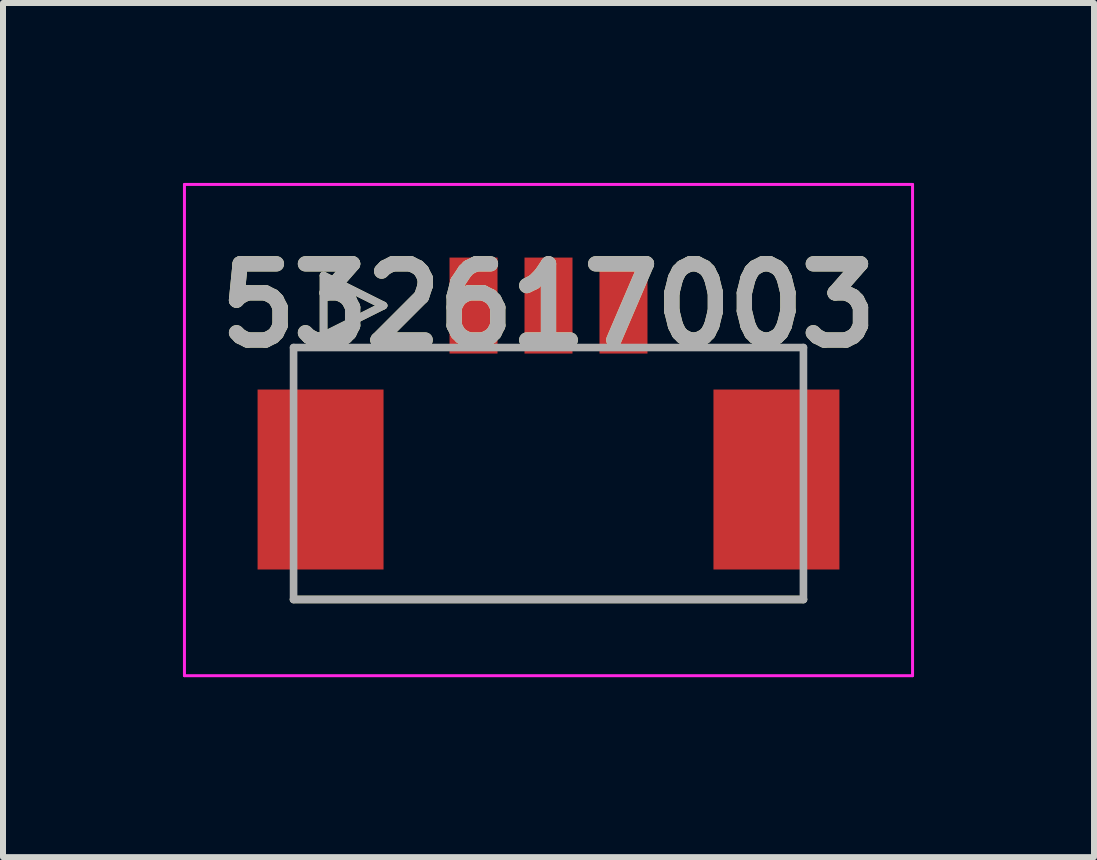
<source format=kicad_pcb>
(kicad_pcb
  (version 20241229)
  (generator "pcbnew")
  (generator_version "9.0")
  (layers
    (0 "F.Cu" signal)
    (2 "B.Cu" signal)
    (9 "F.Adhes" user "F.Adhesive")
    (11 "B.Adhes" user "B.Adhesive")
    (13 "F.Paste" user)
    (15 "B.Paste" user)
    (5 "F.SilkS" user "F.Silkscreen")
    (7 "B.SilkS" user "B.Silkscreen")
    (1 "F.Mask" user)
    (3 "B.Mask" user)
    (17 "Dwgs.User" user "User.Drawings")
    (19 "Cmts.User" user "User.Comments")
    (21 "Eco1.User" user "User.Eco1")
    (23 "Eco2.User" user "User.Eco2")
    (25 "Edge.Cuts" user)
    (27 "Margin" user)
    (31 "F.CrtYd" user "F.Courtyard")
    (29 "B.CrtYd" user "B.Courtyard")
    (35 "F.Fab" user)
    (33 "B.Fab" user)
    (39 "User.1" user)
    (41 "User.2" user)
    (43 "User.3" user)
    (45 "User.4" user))
  (footprint "532617003"
    (layer "F.Cu")
    (at 6.094 2.044)
    (property "Reference" "532617003" (at 0 0 0) (layer "F.SilkS") (effects (font (size 1.27 1.27) (thickness 0.254))))
    (attr smd)
    (fp_line (start -3.75 -0.5) (end -2.75 0) (stroke (width 0.127) (type solid)) (layer "F.SilkS"))
    (fp_line (start -3.75 0.5) (end -3.75 -0.5) (stroke (width 0.127) (type solid)) (layer "F.SilkS"))
    (fp_line (start -2.75 0) (end -3.75 0.5) (stroke (width 0.127) (type solid)) (layer "F.SilkS"))
    (fp_line (start 4.25 4.9) (end -4.25 4.9) (stroke (width 0.127) (type solid)) (layer "F.SilkS"))
    (fp_line (start -6.069 -2.019) (end 6.069 -2.019) (stroke (width 0.05) (type solid)) (layer "F.CrtYd"))
    (fp_line (start -6.069 6.17) (end -6.069 -2.019) (stroke (width 0.05) (type solid)) (layer "F.CrtYd"))
    (fp_line (start 6.069 -2.019) (end 6.069 6.17) (stroke (width 0.05) (type solid)) (layer "F.CrtYd"))
    (fp_line (start 6.069 6.17) (end -6.069 6.17) (stroke (width 0.05) (type solid)) (layer "F.CrtYd"))
    (fp_line (start -4.25 0.7) (end 4.25 0.7) (stroke (width 0.127) (type solid)) (layer "F.Fab"))
    (fp_line (start -4.25 4.9) (end -4.25 0.7) (stroke (width 0.127) (type solid)) (layer "F.Fab"))
    (fp_line (start -3.75 -0.5) (end -2.75 0) (stroke (width 0.127) (type solid)) (layer "F.Fab"))
    (fp_line (start -3.75 0.5) (end -3.75 -0.5) (stroke (width 0.127) (type solid)) (layer "F.Fab"))
    (fp_line (start -2.75 0) (end -3.75 0.5) (stroke (width 0.127) (type solid)) (layer "F.Fab"))
    (fp_line (start 4.25 0.7) (end 4.25 4.9) (stroke (width 0.127) (type solid)) (layer "F.Fab"))
    (fp_line (start 4.25 4.9) (end -4.25 4.9) (stroke (width 0.127) (type solid)) (layer "F.Fab"))
    (fp_text user "${REFERENCE}" (at 0 0 0) (layer "F.Fab") (effects (font (size 1.27 1.27) (thickness 0.254))))
    (pad "1" smd rect (at -1.25 0) (size 0.8 1.6) (layers "F.Cu" "F.Mask" "F.Paste"))
    (pad "2" smd rect (at 0 0) (size 0.8 1.6) (layers "F.Cu" "F.Mask" "F.Paste"))
    (pad "3" smd rect (at 1.25 0) (size 0.8 1.6) (layers "F.Cu" "F.Mask" "F.Paste"))
    (pad "4" smd rect (at -3.8 2.9) (size 2.1 3) (layers "F.Cu" "F.Mask" "F.Paste"))
    (pad "5" smd rect (at 3.8 2.9) (size 2.1 3) (layers "F.Cu" "F.Mask" "F.Paste")))
  (gr_rect
    (start -3 -3)
    (end 15.188 11.239)
    (stroke (width 0.1) (type default))
    (fill no)
    (layer "Edge.Cuts")))
</source>
